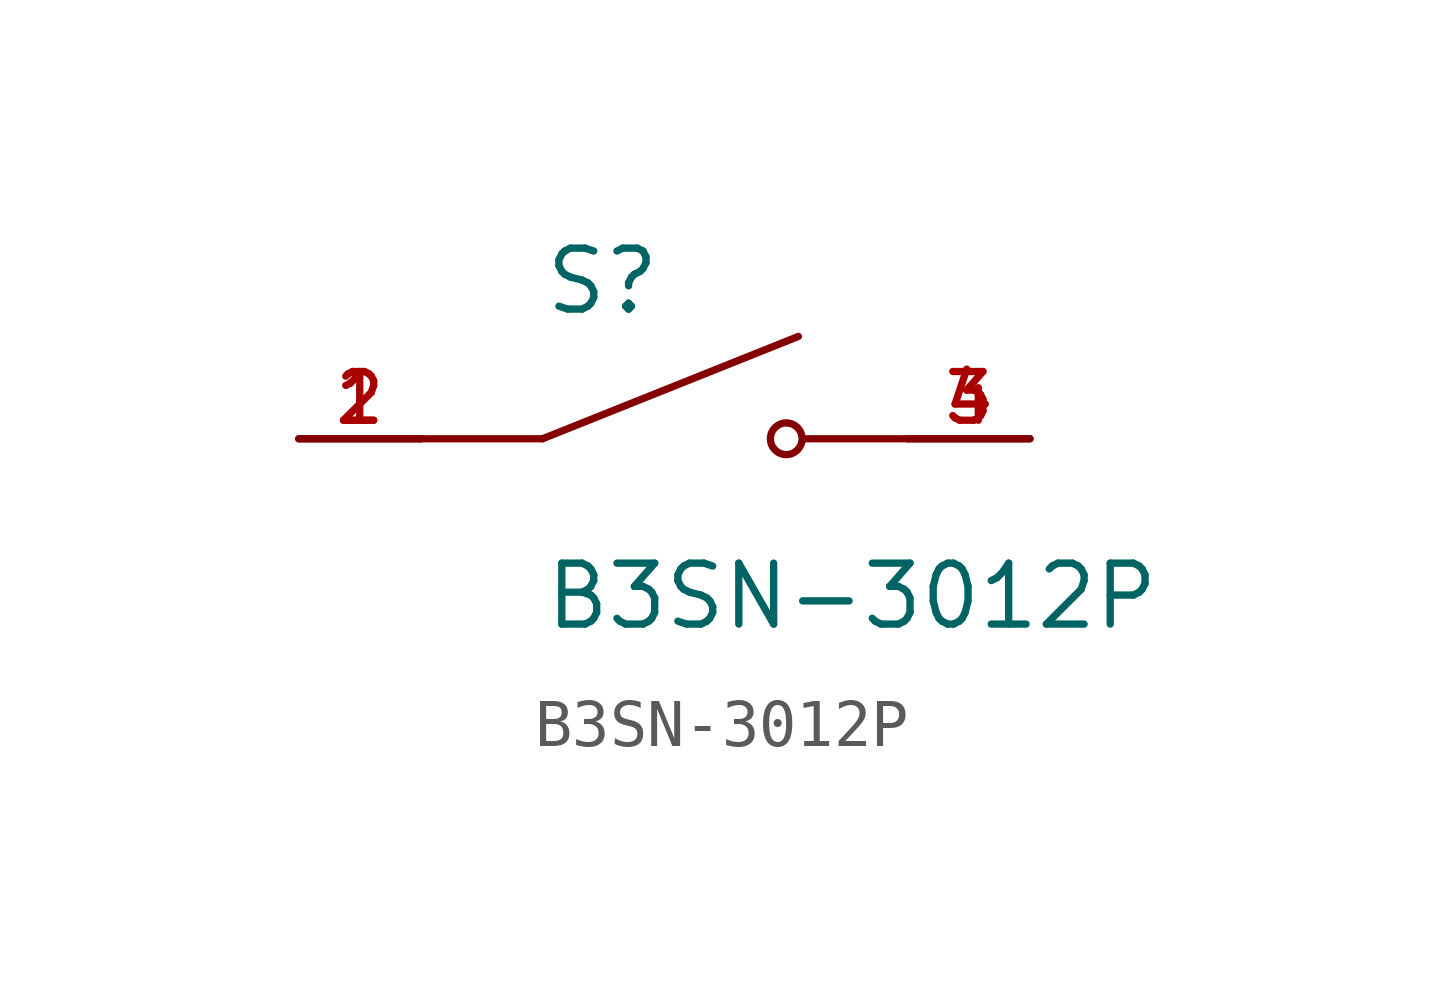
<source format=kicad_sym>
(kicad_symbol_lib
  (version 20241209)
  (generator "kicad_symbol_editor")
  (generator_version "9.0")
  (symbol "B3SN-3012P"
    (pin_names
      (offset 1.016))
    (property "Reference" "S"
      (at -2.54 2.54 0)
      (effects (font (size 1.27 1.27)) (justify left bottom)))
    (property "Value" "B3SN-3012P"
      (at -2.54 -2.54 0)
      (effects (font (size 1.27 1.27)) (justify left top)))
    (symbol "B3SN-3012P_0_0"
      (polyline (pts (xy -2.54 0) (xy -5.08 0)) (stroke (width 0.152) (type default)) (fill (type none)))
      (polyline (pts (xy -2.54 0) (xy 2.794 2.134)) (stroke (width 0.152) (type default)) (fill (type none)))
      (circle (center 2.54 0) (radius 0.33) (stroke (width 0.152) (type default)) (fill (type none)))
      (polyline (pts (xy 5.08 0) (xy 2.921 0)) (stroke (width 0.152) (type default)) (fill (type none)))
      (pin passive line (at -7.62 0 0) (length 2.54) (name "~" (effects (font (size 1.016 1.016)))) (number "1" (effects (font (size 1.016 1.016)))))
      (pin passive line (at -7.62 0 0) (length 2.54) (name "~" (effects (font (size 1.016 1.016)))) (number "2" (effects (font (size 1.016 1.016)))))
      (pin passive line (at 7.62 0 180) (length 2.54) (name "~" (effects (font (size 1.016 1.016)))) (number "3" (effects (font (size 1.016 1.016)))))
      (pin passive line (at 7.62 0 180) (length 2.54) (name "~" (effects (font (size 1.016 1.016)))) (number "4" (effects (font (size 1.016 1.016))))))))
</source>
